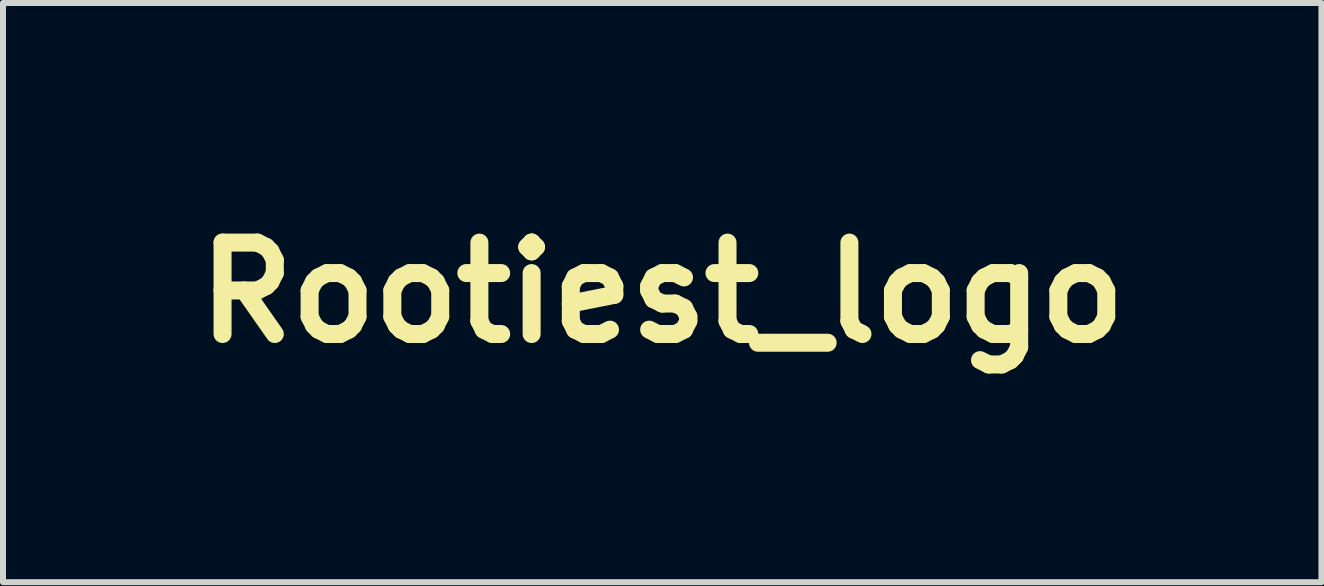
<source format=kicad_pcb>
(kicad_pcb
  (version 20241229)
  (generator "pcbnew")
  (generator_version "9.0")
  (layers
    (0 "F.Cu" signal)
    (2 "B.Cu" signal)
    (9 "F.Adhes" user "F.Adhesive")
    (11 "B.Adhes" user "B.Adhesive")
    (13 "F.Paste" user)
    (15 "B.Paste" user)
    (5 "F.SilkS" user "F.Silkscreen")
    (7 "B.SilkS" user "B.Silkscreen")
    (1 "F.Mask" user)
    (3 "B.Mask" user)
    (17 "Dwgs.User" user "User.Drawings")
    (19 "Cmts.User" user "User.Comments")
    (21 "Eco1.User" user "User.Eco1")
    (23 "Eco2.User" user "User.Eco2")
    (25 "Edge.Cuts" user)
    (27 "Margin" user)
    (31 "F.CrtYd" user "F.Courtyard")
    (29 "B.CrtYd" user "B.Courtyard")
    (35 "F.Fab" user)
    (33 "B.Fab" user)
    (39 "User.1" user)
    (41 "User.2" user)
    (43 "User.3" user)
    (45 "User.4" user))
  (footprint "Rootiest_logo"
    (layer "F.Cu")
    (at 7.99 1.829)
    (property "Reference" "Rootiest_logo" (at 0 0 0) (layer "F.SilkS") (effects (font (size 1.524 1.524) (thickness 0.3))))
    (attr board_only exclude_from_pos_files exclude_from_bom)
    (fp_poly (pts (xy 0.104 -1.816) (xy 0.36 -1.767) (xy 0.519 -1.717) (xy 0.599 -1.686) (xy 0.652 -1.663) (xy 0.679 -1.647) (xy 0.676 -1.642) (xy 0.642 -1.649) (xy 0.577 -1.669) (xy 0.559 -1.675) (xy 0.484 -1.698) (xy 0.416 -1.715) (xy 0.368 -1.723) (xy 0.366 -1.724) (xy 0.313 -1.731) (xy 0.246 -1.746) (xy 0.218 -1.754) (xy 0.123 -1.772) (xy 0.002 -1.776) (xy -0.135 -1.767) (xy -0.279 -1.748) (xy -0.423 -1.719) (xy -0.556 -1.681) (xy -0.655 -1.642) (xy -0.739 -1.603) (xy -0.582 -1.579) (xy -0.499 -1.564) (xy -0.438 -1.548) (xy -0.401 -1.533) (xy -0.39 -1.52) (xy -0.41 -1.512) (xy -0.462 -1.511) (xy -0.48 -1.512) (xy -0.646 -1.505) (xy -0.816 -1.465) (xy -0.985 -1.394) (xy -1.146 -1.296) (xy -1.292 -1.175) (xy -1.379 -1.082) (xy -1.434 -1.01) (xy -1.489 -0.927) (xy -1.54 -0.84) (xy -1.584 -0.755) (xy -1.618 -0.678) (xy -1.639 -0.616) (xy -1.643 -0.575) (xy -1.638 -0.566) (xy -1.621 -0.573) (xy -1.589 -0.602) (xy -1.558 -0.636) (xy -1.505 -0.689) (xy -1.442 -0.741) (xy -1.379 -0.786) (xy -1.325 -0.815) (xy -1.295 -0.823) (xy -1.292 -0.811) (xy -1.312 -0.778) (xy -1.346 -0.735) (xy -1.449 -0.592) (xy -1.533 -0.424) (xy -1.596 -0.238) (xy -1.638 -0.041) (xy -1.658 0.159) (xy -1.653 0.356) (xy -1.624 0.542) (xy -1.569 0.71) (xy -1.563 0.723) (xy -1.53 0.787) (xy -1.49 0.852) (xy -1.449 0.91) (xy -1.413 0.953) (xy -1.388 0.972) (xy -1.386 0.973) (xy -1.381 0.956) (xy -1.383 0.912) (xy -1.39 0.85) (xy -1.39 0.849) (xy -1.396 0.702) (xy -1.377 0.538) (xy -1.344 0.402) (xy -1.334 0.37) (xy -1.326 0.356) (xy -1.32 0.365) (xy -1.313 0.401) (xy -1.304 0.468) (xy -1.298 0.52) (xy -1.258 0.748) (xy -1.195 0.947) (xy -1.11 1.117) (xy -1 1.261) (xy -0.863 1.379) (xy -0.699 1.475) (xy -0.506 1.548) (xy -0.303 1.597) (xy -0.226 1.609) (xy -0.182 1.61) (xy -0.172 1.599) (xy -0.196 1.578) (xy -0.229 1.56) (xy -0.276 1.533) (xy -0.331 1.497) (xy -0.387 1.457) (xy -0.436 1.419) (xy -0.47 1.389) (xy -0.481 1.372) (xy -0.48 1.372) (xy -0.461 1.376) (xy -0.42 1.396) (xy -0.381 1.419) (xy -0.217 1.499) (xy -0.045 1.547) (xy 0.13 1.563) (xy 0.302 1.547) (xy 0.467 1.5) (xy 0.621 1.423) (xy 0.757 1.318) (xy 0.837 1.231) (xy 0.88 1.171) (xy 0.896 1.133) (xy 0.882 1.112) (xy 0.838 1.104) (xy 0.808 1.104) (xy 0.743 1.097) (xy 0.661 1.081) (xy 0.589 1.06) (xy 0.459 1.016) (xy 0.558 1.005) (xy 0.618 0.992) (xy 0.681 0.972) (xy 0.739 0.947) (xy 0.784 0.922) (xy 0.805 0.9) (xy 0.804 0.892) (xy 0.783 0.887) (xy 0.732 0.881) (xy 0.658 0.877) (xy 0.57 0.874) (xy 0.561 0.874) (xy 0.462 0.871) (xy 0.39 0.867) (xy 0.336 0.859) (xy 0.29 0.847) (xy 0.243 0.827) (xy 0.206 0.809) (xy 0.153 0.78) (xy 0.097 0.744) (xy 0.043 0.707) (xy -0.002 0.672) (xy -0.034 0.643) (xy -0.046 0.626) (xy -0.033 0.625) (xy -0.03 0.626) (xy 0.037 0.641) (xy 0.123 0.653) (xy 0.214 0.661) (xy 0.294 0.663) (xy 0.332 0.661) (xy 0.39 0.649) (xy 0.42 0.634) (xy 0.418 0.62) (xy 0.389 0.61) (xy 0.211 0.572) (xy 0.066 0.535) (xy -0.052 0.497) (xy -0.147 0.457) (xy -0.226 0.413) (xy -0.291 0.362) (xy -0.316 0.338) (xy -0.358 0.294) (xy -0.386 0.26) (xy -0.393 0.246) (xy -0.378 0.245) (xy -0.339 0.258) (xy -0.297 0.278) (xy -0.226 0.307) (xy -0.146 0.324) (xy -0.046 0.333) (xy 0.061 0.336) (xy 0.147 0.331) (xy 0.209 0.321) (xy 0.24 0.306) (xy 0.243 0.298) (xy 0.225 0.277) (xy 0.174 0.25) (xy 0.093 0.219) (xy -0.016 0.185) (xy -0.147 0.148) (xy -0.148 0.148) (xy -0.334 0.097) (xy -0.489 0.049) (xy -0.618 0.003) (xy -0.726 -0.045) (xy -0.818 -0.097) (xy -0.899 -0.155) (xy -0.964 -0.209) (xy -1.014 -0.259) (xy -1.067 -0.32) (xy -1.118 -0.384) (xy -1.162 -0.445) (xy -1.194 -0.496) (xy -1.209 -0.53) (xy -1.207 -0.538) (xy -1.19 -0.532) (xy -1.153 -0.506) (xy -1.118 -0.478) (xy -1.06 -0.431) (xy -1 -0.391) (xy -0.932 -0.354) (xy -0.852 -0.32) (xy -0.755 -0.286) (xy -0.638 -0.252) (xy -0.496 -0.215) (xy -0.323 -0.175) (xy -0.224 -0.152) (xy -0.018 -0.103) (xy 0.155 -0.054) (xy 0.3 -0.004) (xy 0.419 0.047) (xy 0.518 0.103) (xy 0.549 0.123) (xy 0.649 0.19) (xy 0.73 0.236) (xy 0.803 0.264) (xy 0.877 0.278) (xy 0.942 0.283) (xy 1.009 0.285) (xy 1.046 0.29) (xy 1.06 0.301) (xy 1.059 0.319) (xy 1.058 0.325) (xy 1.035 0.447) (xy 1.046 0.556) (xy 1.091 0.661) (xy 1.12 0.705) (xy 1.175 0.764) (xy 1.239 0.808) (xy 1.301 0.832) (xy 1.348 0.832) (xy 1.391 0.804) (xy 1.425 0.758) (xy 1.447 0.701) (xy 1.457 0.642) (xy 1.453 0.59) (xy 1.434 0.554) (xy 1.402 0.542) (xy 1.369 0.558) (xy 1.356 0.58) (xy 1.339 0.614) (xy 1.324 0.616) (xy 1.316 0.59) (xy 1.319 0.542) (xy 1.326 0.494) (xy 1.321 0.475) (xy 1.299 0.474) (xy 1.283 0.478) (xy 1.235 0.49) (xy 1.265 0.39) (xy 1.3 0.289) (xy 1.342 0.2) (xy 1.384 0.129) (xy 1.425 0.087) (xy 1.426 0.086) (xy 1.463 0.068) (xy 1.524 0.043) (xy 1.599 0.017) (xy 1.627 0.008) (xy 1.71 -0.019) (xy 1.788 -0.048) (xy 1.849 -0.074) (xy 1.86 -0.079) (xy 1.934 -0.117) (xy 1.902 -0.072) (xy 1.883 -0.041) (xy 1.851 0.018) (xy 1.811 0.096) (xy 1.765 0.187) (xy 1.742 0.234) (xy 1.683 0.357) (xy 1.641 0.457) (xy 1.612 0.54) (xy 1.593 0.616) (xy 1.59 0.635) (xy 1.534 0.862) (xy 1.448 1.069) (xy 1.331 1.254) (xy 1.185 1.416) (xy 1.011 1.555) (xy 0.81 1.67) (xy 0.582 1.759) (xy 0.551 1.769) (xy 0.481 1.788) (xy 0.417 1.802) (xy 0.35 1.812) (xy 0.271 1.819) (xy 0.17 1.823) (xy 0.075 1.825) (xy -0.1 1.826) (xy -0.24 1.821) (xy -0.347 1.81) (xy -0.368 1.806) (xy -0.626 1.739) (xy -0.875 1.64) (xy -1.108 1.51) (xy -1.32 1.354) (xy -1.396 1.285) (xy -1.568 1.097) (xy -1.708 0.891) (xy -1.816 0.666) (xy -1.892 0.421) (xy -1.927 0.228) (xy -1.945 -0.034) (xy -1.927 -0.288) (xy -1.876 -0.532) (xy -1.792 -0.762) (xy -1.677 -0.977) (xy -1.534 -1.174) (xy -1.363 -1.351) (xy -1.166 -1.504) (xy -0.944 -1.633) (xy -0.7 -1.733) (xy -0.663 -1.745) (xy -0.41 -1.805) (xy -0.154 -1.829)) (stroke (width 0) (type solid)) (fill yes) (layer "F.Mask")))
  (gr_rect
    (start -3 -3)
    (end 18.98 6.656)
    (stroke (width 0.1) (type default))
    (fill no)
    (layer "Edge.Cuts")))
</source>
